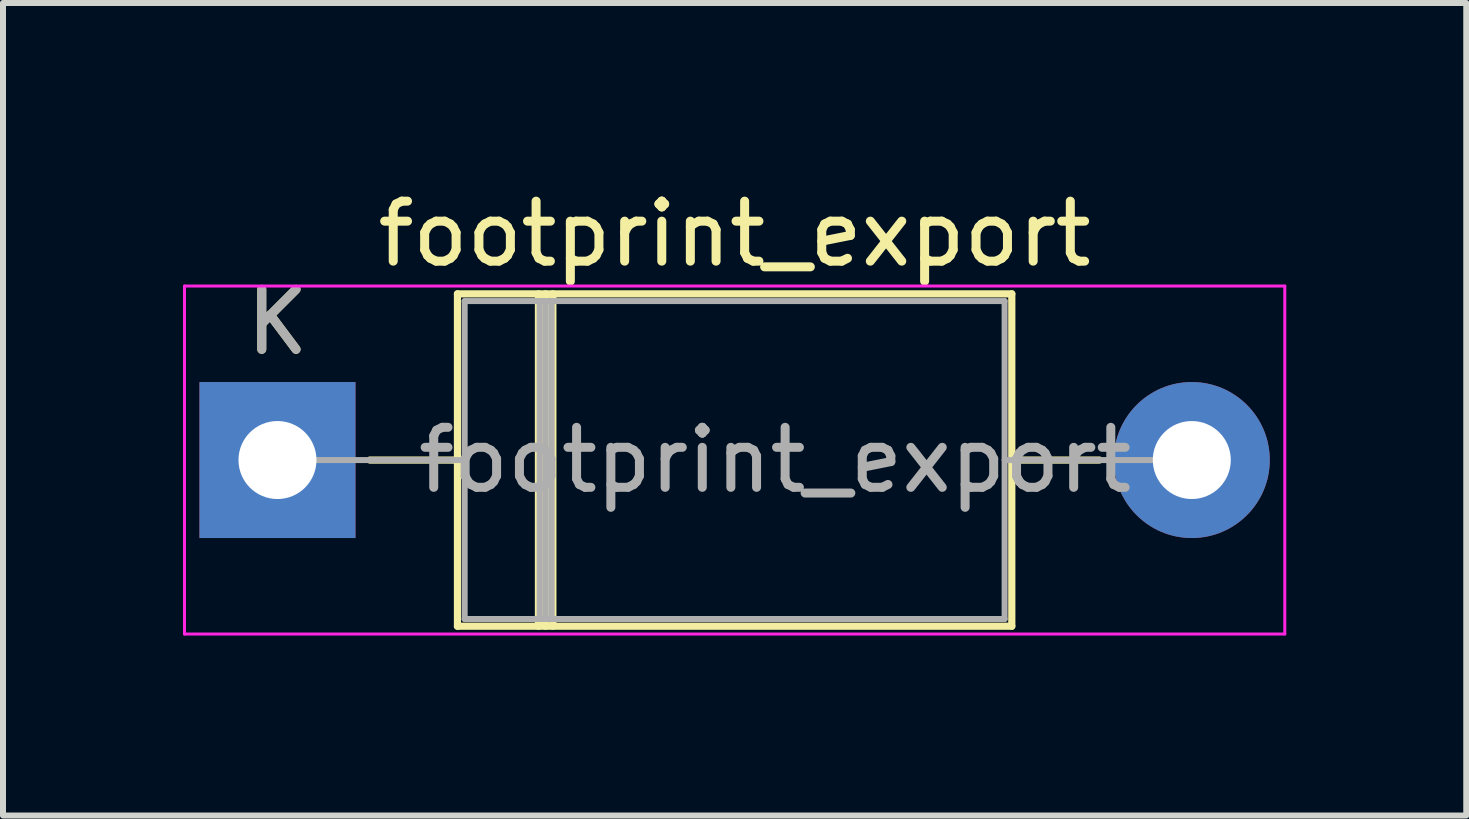
<source format=kicad_pcb>
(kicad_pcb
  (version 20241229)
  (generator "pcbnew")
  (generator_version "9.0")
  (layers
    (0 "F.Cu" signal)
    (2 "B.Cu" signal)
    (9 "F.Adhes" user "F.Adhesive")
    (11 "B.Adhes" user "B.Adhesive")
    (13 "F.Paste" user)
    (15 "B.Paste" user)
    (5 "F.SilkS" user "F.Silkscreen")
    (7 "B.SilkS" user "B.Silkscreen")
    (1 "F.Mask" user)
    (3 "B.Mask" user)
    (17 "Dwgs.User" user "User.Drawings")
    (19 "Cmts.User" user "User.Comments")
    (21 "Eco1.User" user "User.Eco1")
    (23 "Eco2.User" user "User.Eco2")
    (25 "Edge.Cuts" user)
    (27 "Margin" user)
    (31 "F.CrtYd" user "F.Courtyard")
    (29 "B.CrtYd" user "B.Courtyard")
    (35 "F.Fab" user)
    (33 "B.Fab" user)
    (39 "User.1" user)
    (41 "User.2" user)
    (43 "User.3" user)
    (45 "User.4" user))
  (footprint "footprint_export"
    (layer "F.Cu")
    (at 1.575 4.618)
    (property "Reference" "footprint_export" (at 7.62 -3.77 0) (layer "F.SilkS") (effects (font (size 1 1) (thickness 0.15))))
    (attr through_hole)
    (fp_line (start 1.54 0) (end 3 0) (stroke (width 0.12) (type solid)) (layer "F.SilkS"))
    (fp_line (start 3 -2.77) (end 3 2.77) (stroke (width 0.12) (type solid)) (layer "F.SilkS"))
    (fp_line (start 3 2.77) (end 12.24 2.77) (stroke (width 0.12) (type solid)) (layer "F.SilkS"))
    (fp_line (start 4.35 -2.77) (end 4.35 2.77) (stroke (width 0.12) (type solid)) (layer "F.SilkS"))
    (fp_line (start 4.47 -2.77) (end 4.47 2.77) (stroke (width 0.12) (type solid)) (layer "F.SilkS"))
    (fp_line (start 4.59 -2.77) (end 4.59 2.77) (stroke (width 0.12) (type solid)) (layer "F.SilkS"))
    (fp_line (start 12.24 -2.77) (end 3 -2.77) (stroke (width 0.12) (type solid)) (layer "F.SilkS"))
    (fp_line (start 12.24 2.77) (end 12.24 -2.77) (stroke (width 0.12) (type solid)) (layer "F.SilkS"))
    (fp_line (start 13.7 0) (end 12.24 0) (stroke (width 0.12) (type solid)) (layer "F.SilkS"))
    (fp_line (start -1.55 -2.9) (end -1.55 2.9) (stroke (width 0.05) (type solid)) (layer "F.CrtYd"))
    (fp_line (start -1.55 2.9) (end 16.79 2.9) (stroke (width 0.05) (type solid)) (layer "F.CrtYd"))
    (fp_line (start 16.79 -2.9) (end -1.55 -2.9) (stroke (width 0.05) (type solid)) (layer "F.CrtYd"))
    (fp_line (start 16.79 2.9) (end 16.79 -2.9) (stroke (width 0.05) (type solid)) (layer "F.CrtYd"))
    (fp_line (start 0 0) (end 3.12 0) (stroke (width 0.1) (type solid)) (layer "F.Fab"))
    (fp_line (start 3.12 -2.65) (end 3.12 2.65) (stroke (width 0.1) (type solid)) (layer "F.Fab"))
    (fp_line (start 3.12 2.65) (end 12.12 2.65) (stroke (width 0.1) (type solid)) (layer "F.Fab"))
    (fp_line (start 4.37 -2.65) (end 4.37 2.65) (stroke (width 0.1) (type solid)) (layer "F.Fab"))
    (fp_line (start 4.47 -2.65) (end 4.47 2.65) (stroke (width 0.1) (type solid)) (layer "F.Fab"))
    (fp_line (start 4.57 -2.65) (end 4.57 2.65) (stroke (width 0.1) (type solid)) (layer "F.Fab"))
    (fp_line (start 12.12 -2.65) (end 3.12 -2.65) (stroke (width 0.1) (type solid)) (layer "F.Fab"))
    (fp_line (start 12.12 2.65) (end 12.12 -2.65) (stroke (width 0.1) (type solid)) (layer "F.Fab"))
    (fp_line (start 15.24 0) (end 12.12 0) (stroke (width 0.1) (type solid)) (layer "F.Fab"))
    (fp_text user "K" (at 0 -2.3 0) (layer "F.SilkS") (effects (font (size 1 1) (thickness 0.15))))
    (fp_text user "K" (at 0 -2.3 0) (layer "F.Fab") (effects (font (size 1 1) (thickness 0.15))))
    (fp_text user "${REFERENCE}" (at 8.295 0 0) (layer "F.Fab") (effects (font (size 1 1) (thickness 0.15))))
    (pad "1" thru_hole rect (at 0 0) (size 2.6 2.6) (drill 1.3) (layers "*.Cu" "*.Mask"))
    (pad "2" thru_hole oval (at 15.24 0) (size 2.6 2.6) (drill 1.3) (layers "*.Cu" "*.Mask")))
  (gr_rect
    (start -3 -3)
    (end 21.39 10.543)
    (stroke (width 0.1) (type default))
    (fill no)
    (layer "Edge.Cuts")))
</source>
